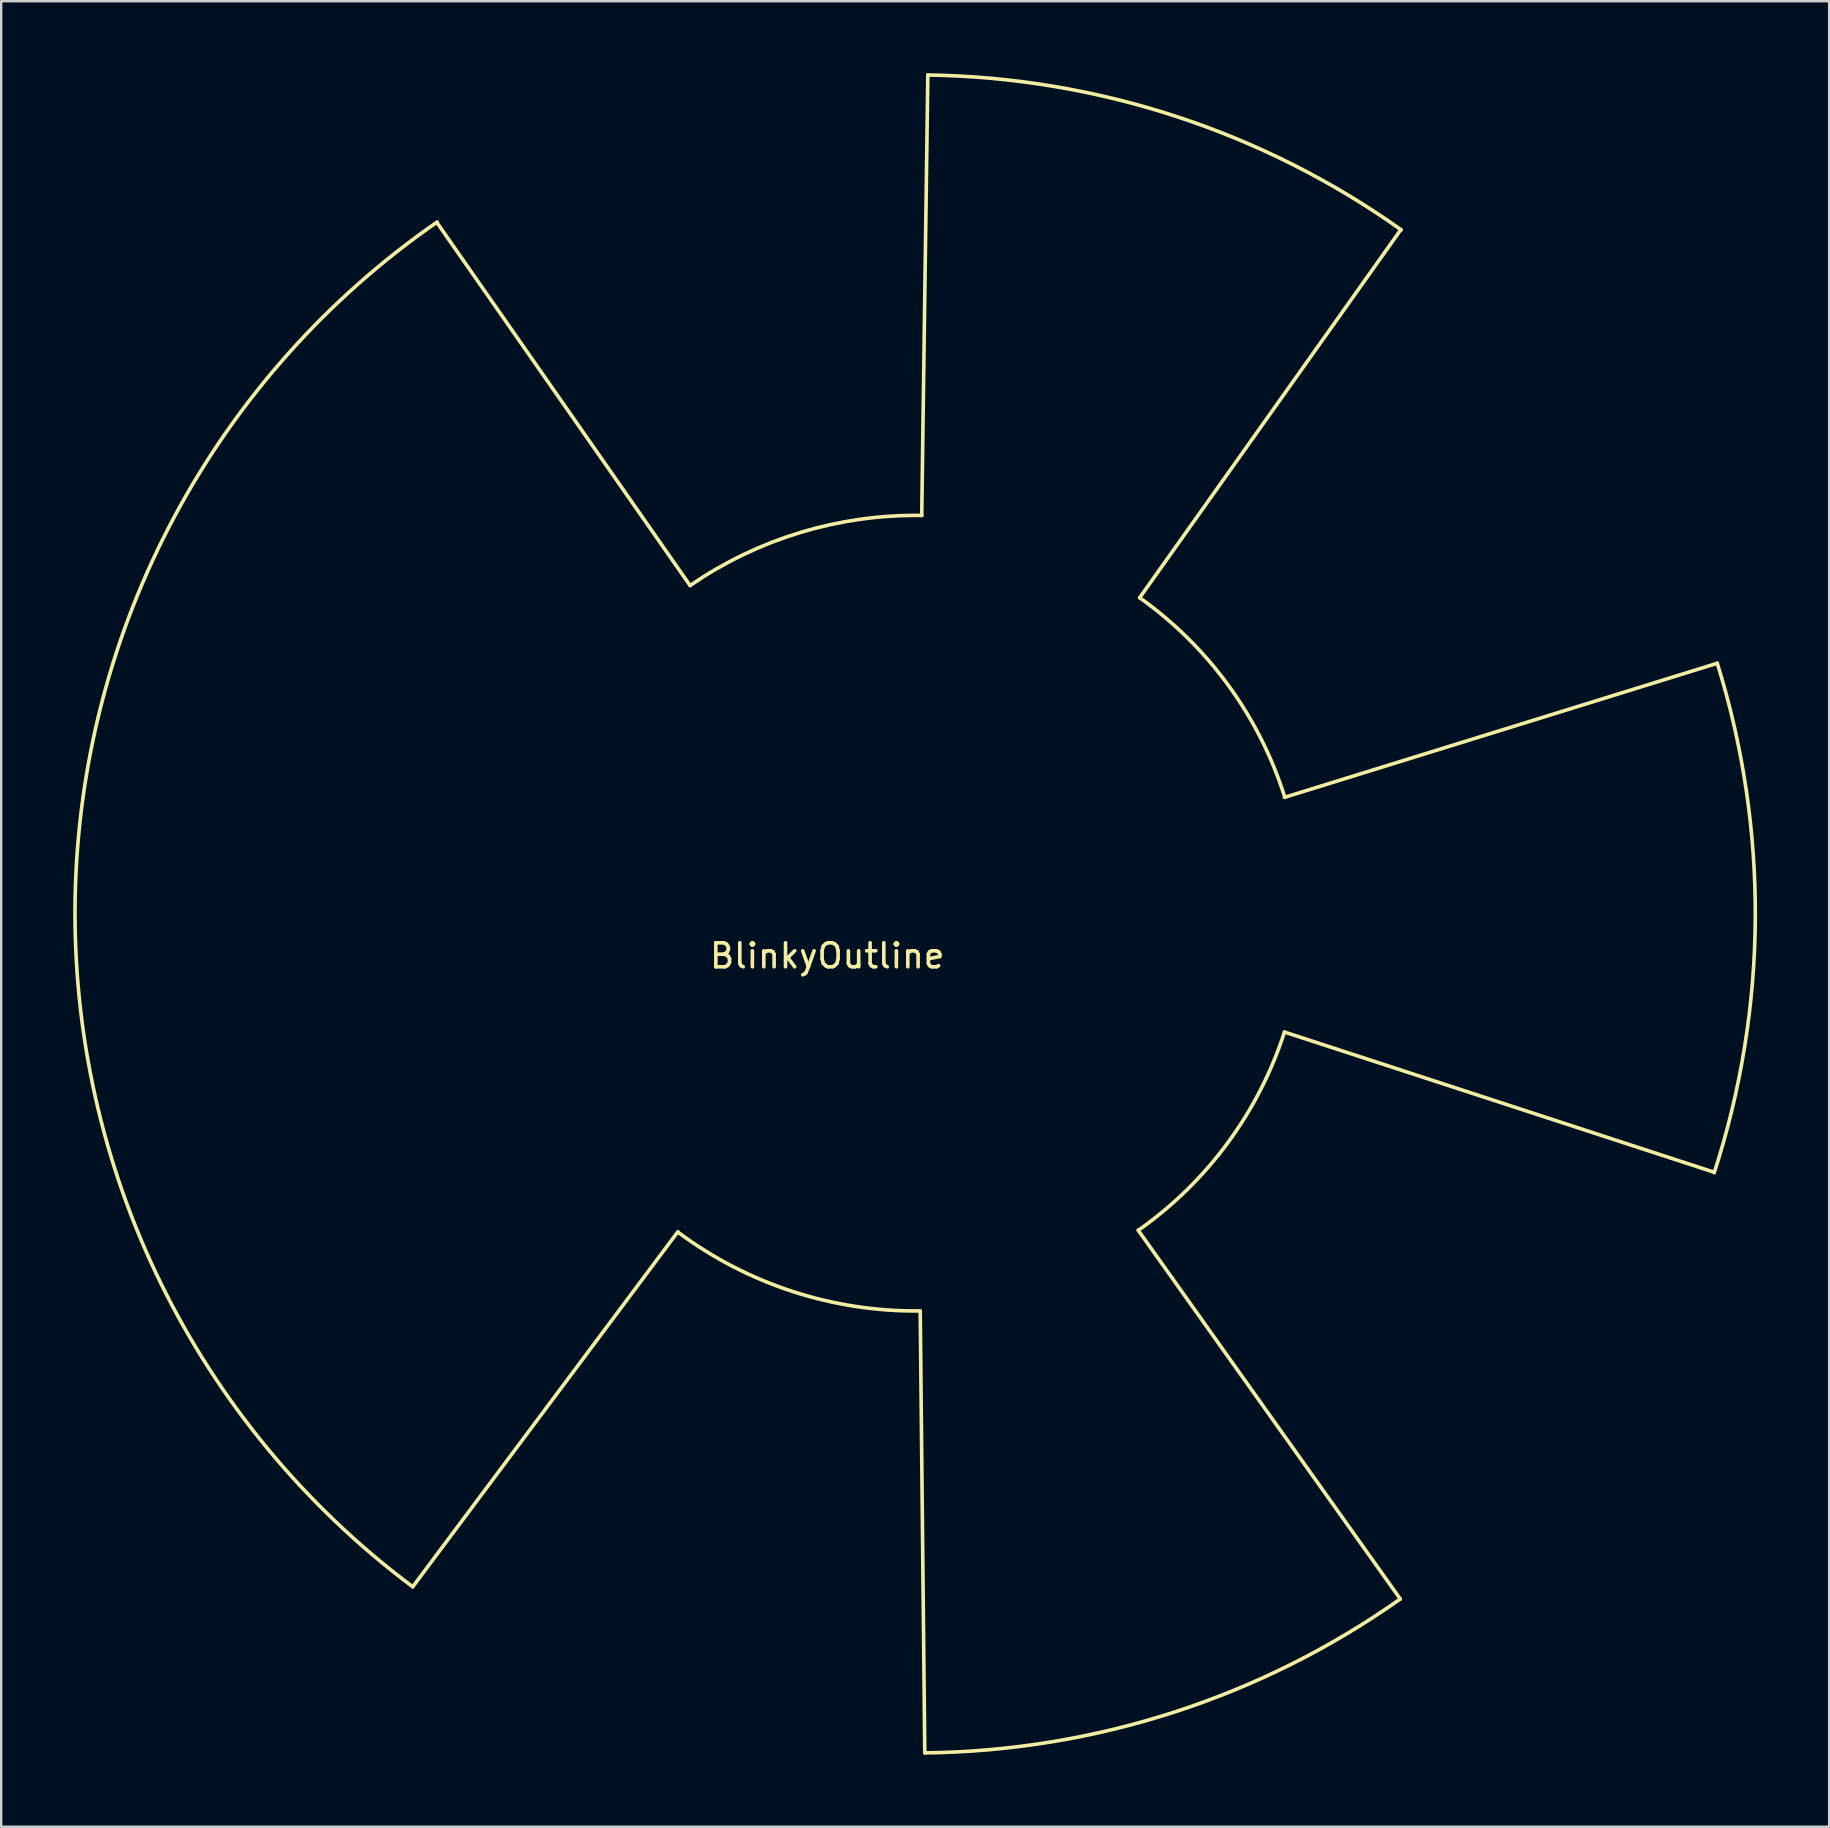
<source format=kicad_pcb>
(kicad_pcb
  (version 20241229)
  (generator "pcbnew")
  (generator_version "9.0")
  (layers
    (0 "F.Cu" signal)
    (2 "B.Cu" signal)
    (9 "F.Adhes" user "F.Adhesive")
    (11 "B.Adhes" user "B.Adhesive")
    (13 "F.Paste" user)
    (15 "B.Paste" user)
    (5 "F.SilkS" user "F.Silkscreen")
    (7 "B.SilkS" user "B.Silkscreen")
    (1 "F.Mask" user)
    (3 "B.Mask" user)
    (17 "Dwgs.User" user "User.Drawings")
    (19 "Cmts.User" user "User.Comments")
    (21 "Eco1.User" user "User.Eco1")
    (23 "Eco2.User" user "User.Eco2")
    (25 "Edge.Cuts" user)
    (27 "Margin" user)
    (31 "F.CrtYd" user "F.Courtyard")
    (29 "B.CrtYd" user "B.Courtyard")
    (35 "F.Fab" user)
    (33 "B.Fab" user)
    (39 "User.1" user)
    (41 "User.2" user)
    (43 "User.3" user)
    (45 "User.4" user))
  (footprint "BlinkyOutline"
    (layer "F.Cu")
    (at 35.102 35)
    (property "Reference" "BlinkyOutline" (at -3.683 1.778 0) (layer "F.SilkS") (effects (font (size 1 1) (thickness 0.15))))
    (attr through_hole)
    (fp_line (start -20.955 28.067) (end -9.906 13.271) (stroke (width 0.15) (type solid)) (layer "F.SilkS"))
    (fp_line (start -19.939 -28.765) (end -9.398 -13.652) (stroke (width 0.15) (type solid)) (layer "F.SilkS"))
    (fp_line (start 0.381 34.989) (end 0.191 16.573) (stroke (width 0.15) (type solid)) (layer "F.SilkS"))
    (fp_line (start 0.508 -34.925) (end 0.254 -16.573) (stroke (width 0.15) (type solid)) (layer "F.SilkS"))
    (fp_line (start 20.193 -28.448) (end 9.335 -13.145) (stroke (width 0.15) (type solid)) (layer "F.SilkS"))
    (fp_line (start 20.193 28.575) (end 9.271 13.208) (stroke (width 0.15) (type solid)) (layer "F.SilkS"))
    (fp_line (start 33.274 10.795) (end 15.367 4.953) (stroke (width 0.15) (type solid)) (layer "F.SilkS"))
    (fp_line (start 33.401 -10.414) (end 15.367 -4.826) (stroke (width 0.15) (type solid)) (layer "F.SilkS"))
    (fp_arc (start -20.955 28.067) (mid -35.021078 -0.626611) (end -19.937537 -28.798665) (stroke (width 0.15) (type solid)) (layer "F.SilkS"))
    (fp_arc (start -9.398 -13.6525) (mid -4.798054 -15.864799) (end 0.256938 -16.572482) (stroke (width 0.15) (type solid)) (layer "F.SilkS"))
    (fp_arc (start 0.1905 16.5735) (mid -5.120937 15.763667) (end -9.894268 13.297392) (stroke (width 0.15) (type solid)) (layer "F.SilkS"))
    (fp_arc (start 0.508 -34.925) (mid 10.861497 -33.197011) (end 20.23408 -28.470962) (stroke (width 0.15) (type solid)) (layer "F.SilkS"))
    (fp_arc (start 9.3345 -13.1445) (mid 13.038252 -9.48234) (end 15.381085 -4.830423) (stroke (width 0.15) (type solid)) (layer "F.SilkS"))
    (fp_arc (start 15.367 4.953) (mid 13.000066 9.574716) (end 9.288493 13.206089) (stroke (width 0.15) (type solid)) (layer "F.SilkS"))
    (fp_arc (start 20.193 28.575) (mid 10.778808 33.288214) (end 0.388752 34.987666) (stroke (width 0.15) (type solid)) (layer "F.SilkS"))
    (fp_arc (start 33.401 -10.414) (mid 34.986199 0.209862) (end 33.273666 10.813942) (stroke (width 0.15) (type solid)) (layer "F.SilkS")))
  (gr_rect
    (start -3 -3)
    (end 73.164 73.064)
    (stroke (width 0.1) (type default))
    (fill no)
    (layer "Edge.Cuts")))
</source>
